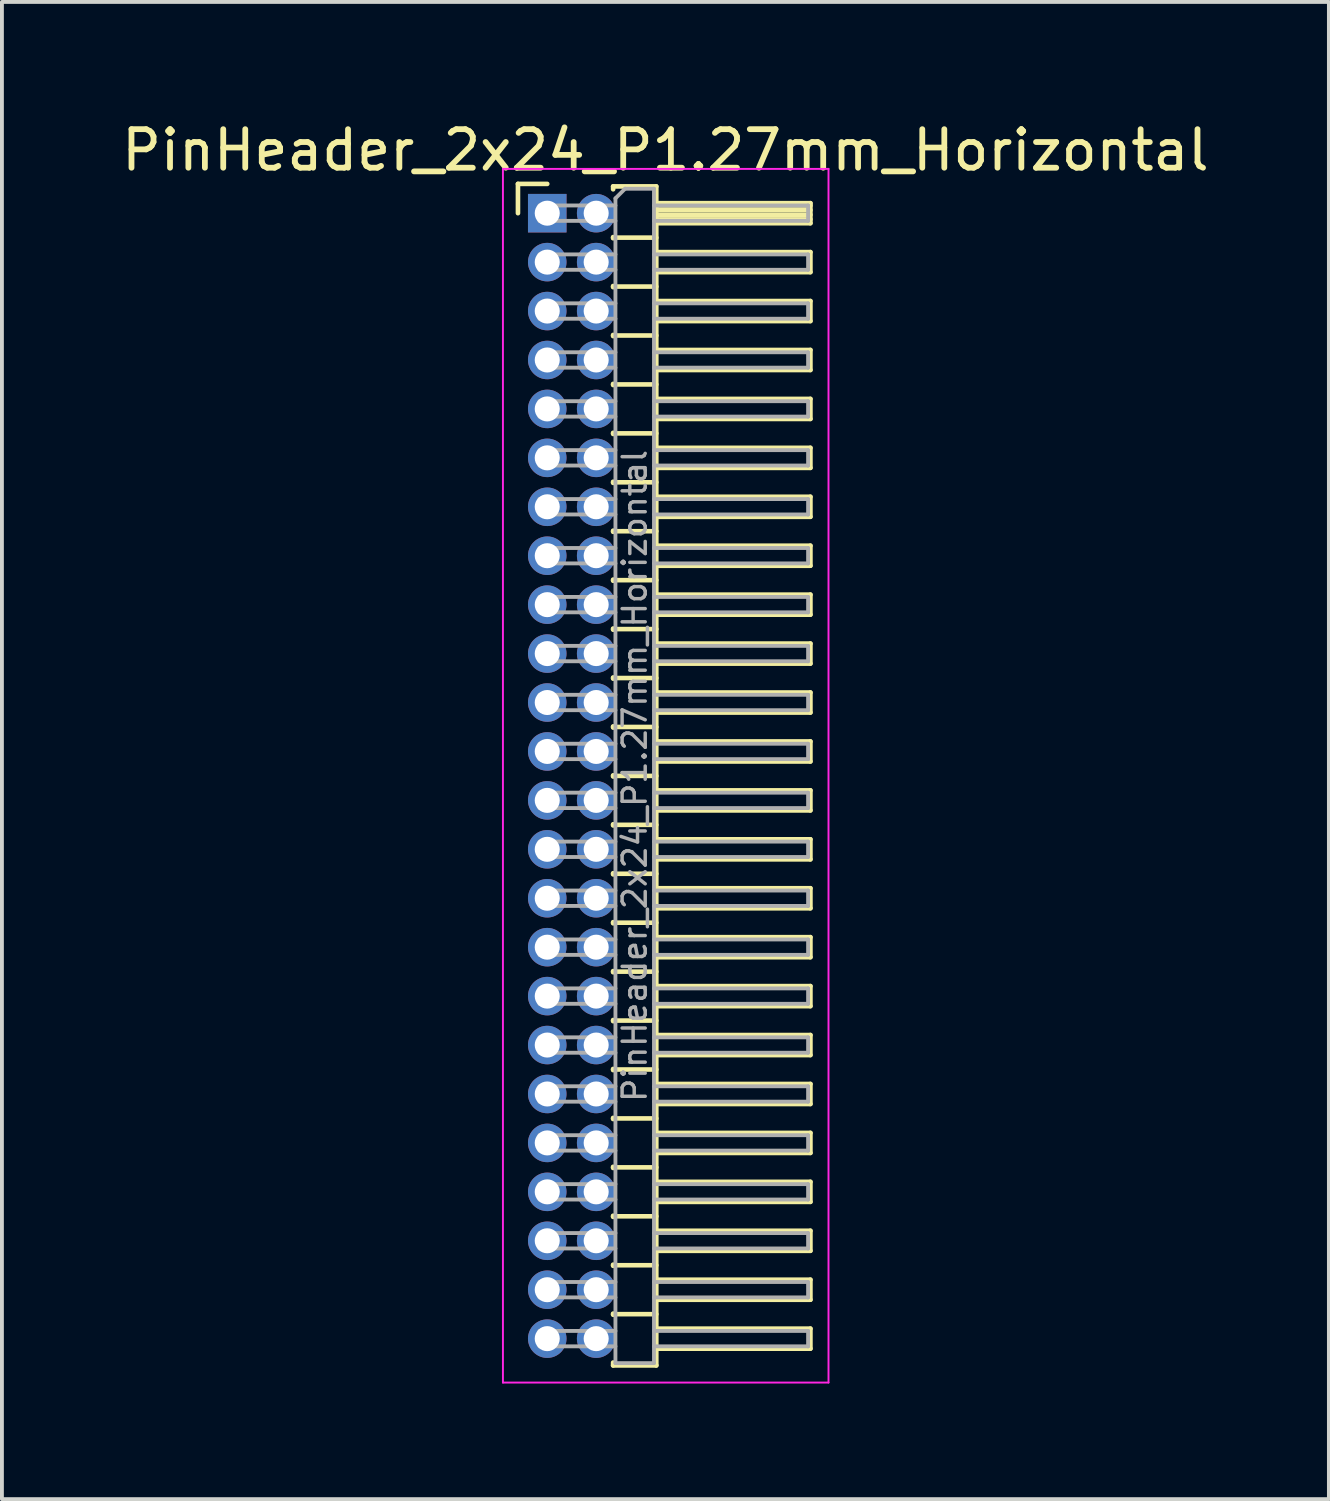
<source format=kicad_pcb>
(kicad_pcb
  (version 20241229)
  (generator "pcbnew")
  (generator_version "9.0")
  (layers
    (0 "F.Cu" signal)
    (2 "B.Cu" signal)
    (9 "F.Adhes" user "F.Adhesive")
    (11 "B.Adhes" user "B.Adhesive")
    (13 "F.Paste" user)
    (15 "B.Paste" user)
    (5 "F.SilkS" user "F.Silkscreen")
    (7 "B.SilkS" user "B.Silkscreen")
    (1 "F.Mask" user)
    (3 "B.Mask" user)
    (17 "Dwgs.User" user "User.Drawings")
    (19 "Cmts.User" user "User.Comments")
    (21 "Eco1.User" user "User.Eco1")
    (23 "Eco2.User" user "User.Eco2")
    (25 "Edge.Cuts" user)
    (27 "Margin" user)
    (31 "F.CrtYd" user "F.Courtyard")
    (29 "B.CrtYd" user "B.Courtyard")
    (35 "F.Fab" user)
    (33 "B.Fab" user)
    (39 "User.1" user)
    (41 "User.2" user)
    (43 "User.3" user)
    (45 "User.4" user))
  (footprint "PinHeader_2x24_P1.27mm_Horizontal"
    (layer "F.Cu")
    (at 11.153 2.483)
    (property "Reference" "PinHeader_2x24_P1.27mm_Horizontal" (at 3.067 -1.635 0) (layer "F.SilkS") (effects (font (size 1 1) (thickness 0.15))))
    (attr through_hole)
    (fp_line (start -0.76 -0.76) (end 0 -0.76) (stroke (width 0.12) (type solid)) (layer "F.SilkS"))
    (fp_line (start -0.76 0) (end -0.76 -0.76) (stroke (width 0.12) (type solid)) (layer "F.SilkS"))
    (fp_line (start 1.71 -0.695) (end 2.83 -0.695) (stroke (width 0.12) (type solid)) (layer "F.SilkS"))
    (fp_line (start 1.71 -0.62) (end 1.71 -0.695) (stroke (width 0.12) (type solid)) (layer "F.SilkS"))
    (fp_line (start 1.71 0.62) (end 1.71 0.65) (stroke (width 0.12) (type solid)) (layer "F.SilkS"))
    (fp_line (start 1.71 0.635) (end 2.83 0.635) (stroke (width 0.12) (type solid)) (layer "F.SilkS"))
    (fp_line (start 1.71 1.89) (end 1.71 1.92) (stroke (width 0.12) (type solid)) (layer "F.SilkS"))
    (fp_line (start 1.71 1.905) (end 2.83 1.905) (stroke (width 0.12) (type solid)) (layer "F.SilkS"))
    (fp_line (start 1.71 3.16) (end 1.71 3.19) (stroke (width 0.12) (type solid)) (layer "F.SilkS"))
    (fp_line (start 1.71 3.175) (end 2.83 3.175) (stroke (width 0.12) (type solid)) (layer "F.SilkS"))
    (fp_line (start 1.71 4.43) (end 1.71 4.46) (stroke (width 0.12) (type solid)) (layer "F.SilkS"))
    (fp_line (start 1.71 4.445) (end 2.83 4.445) (stroke (width 0.12) (type solid)) (layer "F.SilkS"))
    (fp_line (start 1.71 5.7) (end 1.71 5.73) (stroke (width 0.12) (type solid)) (layer "F.SilkS"))
    (fp_line (start 1.71 5.715) (end 2.83 5.715) (stroke (width 0.12) (type solid)) (layer "F.SilkS"))
    (fp_line (start 1.71 6.97) (end 1.71 7) (stroke (width 0.12) (type solid)) (layer "F.SilkS"))
    (fp_line (start 1.71 6.985) (end 2.83 6.985) (stroke (width 0.12) (type solid)) (layer "F.SilkS"))
    (fp_line (start 1.71 8.24) (end 1.71 8.27) (stroke (width 0.12) (type solid)) (layer "F.SilkS"))
    (fp_line (start 1.71 8.255) (end 2.83 8.255) (stroke (width 0.12) (type solid)) (layer "F.SilkS"))
    (fp_line (start 1.71 9.51) (end 1.71 9.54) (stroke (width 0.12) (type solid)) (layer "F.SilkS"))
    (fp_line (start 1.71 9.525) (end 2.83 9.525) (stroke (width 0.12) (type solid)) (layer "F.SilkS"))
    (fp_line (start 1.71 10.78) (end 1.71 10.81) (stroke (width 0.12) (type solid)) (layer "F.SilkS"))
    (fp_line (start 1.71 10.795) (end 2.83 10.795) (stroke (width 0.12) (type solid)) (layer "F.SilkS"))
    (fp_line (start 1.71 12.05) (end 1.71 12.08) (stroke (width 0.12) (type solid)) (layer "F.SilkS"))
    (fp_line (start 1.71 12.065) (end 2.83 12.065) (stroke (width 0.12) (type solid)) (layer "F.SilkS"))
    (fp_line (start 1.71 13.32) (end 1.71 13.35) (stroke (width 0.12) (type solid)) (layer "F.SilkS"))
    (fp_line (start 1.71 13.335) (end 2.83 13.335) (stroke (width 0.12) (type solid)) (layer "F.SilkS"))
    (fp_line (start 1.71 14.59) (end 1.71 14.62) (stroke (width 0.12) (type solid)) (layer "F.SilkS"))
    (fp_line (start 1.71 14.605) (end 2.83 14.605) (stroke (width 0.12) (type solid)) (layer "F.SilkS"))
    (fp_line (start 1.71 15.86) (end 1.71 15.89) (stroke (width 0.12) (type solid)) (layer "F.SilkS"))
    (fp_line (start 1.71 15.875) (end 2.83 15.875) (stroke (width 0.12) (type solid)) (layer "F.SilkS"))
    (fp_line (start 1.71 17.13) (end 1.71 17.16) (stroke (width 0.12) (type solid)) (layer "F.SilkS"))
    (fp_line (start 1.71 17.145) (end 2.83 17.145) (stroke (width 0.12) (type solid)) (layer "F.SilkS"))
    (fp_line (start 1.71 18.4) (end 1.71 18.43) (stroke (width 0.12) (type solid)) (layer "F.SilkS"))
    (fp_line (start 1.71 18.415) (end 2.83 18.415) (stroke (width 0.12) (type solid)) (layer "F.SilkS"))
    (fp_line (start 1.71 19.67) (end 1.71 19.7) (stroke (width 0.12) (type solid)) (layer "F.SilkS"))
    (fp_line (start 1.71 19.685) (end 2.83 19.685) (stroke (width 0.12) (type solid)) (layer "F.SilkS"))
    (fp_line (start 1.71 20.94) (end 1.71 20.97) (stroke (width 0.12) (type solid)) (layer "F.SilkS"))
    (fp_line (start 1.71 20.955) (end 2.83 20.955) (stroke (width 0.12) (type solid)) (layer "F.SilkS"))
    (fp_line (start 1.71 22.21) (end 1.71 22.24) (stroke (width 0.12) (type solid)) (layer "F.SilkS"))
    (fp_line (start 1.71 22.225) (end 2.83 22.225) (stroke (width 0.12) (type solid)) (layer "F.SilkS"))
    (fp_line (start 1.71 23.48) (end 1.71 23.51) (stroke (width 0.12) (type solid)) (layer "F.SilkS"))
    (fp_line (start 1.71 23.495) (end 2.83 23.495) (stroke (width 0.12) (type solid)) (layer "F.SilkS"))
    (fp_line (start 1.71 24.75) (end 1.71 24.78) (stroke (width 0.12) (type solid)) (layer "F.SilkS"))
    (fp_line (start 1.71 24.765) (end 2.83 24.765) (stroke (width 0.12) (type solid)) (layer "F.SilkS"))
    (fp_line (start 1.71 26.02) (end 1.71 26.05) (stroke (width 0.12) (type solid)) (layer "F.SilkS"))
    (fp_line (start 1.71 26.035) (end 2.83 26.035) (stroke (width 0.12) (type solid)) (layer "F.SilkS"))
    (fp_line (start 1.71 27.29) (end 1.71 27.32) (stroke (width 0.12) (type solid)) (layer "F.SilkS"))
    (fp_line (start 1.71 27.305) (end 2.83 27.305) (stroke (width 0.12) (type solid)) (layer "F.SilkS"))
    (fp_line (start 1.71 28.56) (end 1.71 28.59) (stroke (width 0.12) (type solid)) (layer "F.SilkS"))
    (fp_line (start 1.71 28.575) (end 2.83 28.575) (stroke (width 0.12) (type solid)) (layer "F.SilkS"))
    (fp_line (start 1.71 29.905) (end 1.71 29.83) (stroke (width 0.12) (type solid)) (layer "F.SilkS"))
    (fp_line (start 2.83 -0.695) (end 2.83 29.905) (stroke (width 0.12) (type solid)) (layer "F.SilkS"))
    (fp_line (start 2.83 -0.26) (end 6.83 -0.26) (stroke (width 0.12) (type solid)) (layer "F.SilkS"))
    (fp_line (start 2.83 -0.2) (end 6.83 -0.2) (stroke (width 0.12) (type solid)) (layer "F.SilkS"))
    (fp_line (start 2.83 -0.08) (end 6.83 -0.08) (stroke (width 0.12) (type solid)) (layer "F.SilkS"))
    (fp_line (start 2.83 0.04) (end 6.83 0.04) (stroke (width 0.12) (type solid)) (layer "F.SilkS"))
    (fp_line (start 2.83 0.16) (end 6.83 0.16) (stroke (width 0.12) (type solid)) (layer "F.SilkS"))
    (fp_line (start 2.83 1.01) (end 6.83 1.01) (stroke (width 0.12) (type solid)) (layer "F.SilkS"))
    (fp_line (start 2.83 2.28) (end 6.83 2.28) (stroke (width 0.12) (type solid)) (layer "F.SilkS"))
    (fp_line (start 2.83 3.55) (end 6.83 3.55) (stroke (width 0.12) (type solid)) (layer "F.SilkS"))
    (fp_line (start 2.83 4.82) (end 6.83 4.82) (stroke (width 0.12) (type solid)) (layer "F.SilkS"))
    (fp_line (start 2.83 6.09) (end 6.83 6.09) (stroke (width 0.12) (type solid)) (layer "F.SilkS"))
    (fp_line (start 2.83 7.36) (end 6.83 7.36) (stroke (width 0.12) (type solid)) (layer "F.SilkS"))
    (fp_line (start 2.83 8.63) (end 6.83 8.63) (stroke (width 0.12) (type solid)) (layer "F.SilkS"))
    (fp_line (start 2.83 9.9) (end 6.83 9.9) (stroke (width 0.12) (type solid)) (layer "F.SilkS"))
    (fp_line (start 2.83 11.17) (end 6.83 11.17) (stroke (width 0.12) (type solid)) (layer "F.SilkS"))
    (fp_line (start 2.83 12.44) (end 6.83 12.44) (stroke (width 0.12) (type solid)) (layer "F.SilkS"))
    (fp_line (start 2.83 13.71) (end 6.83 13.71) (stroke (width 0.12) (type solid)) (layer "F.SilkS"))
    (fp_line (start 2.83 14.98) (end 6.83 14.98) (stroke (width 0.12) (type solid)) (layer "F.SilkS"))
    (fp_line (start 2.83 16.25) (end 6.83 16.25) (stroke (width 0.12) (type solid)) (layer "F.SilkS"))
    (fp_line (start 2.83 17.52) (end 6.83 17.52) (stroke (width 0.12) (type solid)) (layer "F.SilkS"))
    (fp_line (start 2.83 18.79) (end 6.83 18.79) (stroke (width 0.12) (type solid)) (layer "F.SilkS"))
    (fp_line (start 2.83 20.06) (end 6.83 20.06) (stroke (width 0.12) (type solid)) (layer "F.SilkS"))
    (fp_line (start 2.83 21.33) (end 6.83 21.33) (stroke (width 0.12) (type solid)) (layer "F.SilkS"))
    (fp_line (start 2.83 22.6) (end 6.83 22.6) (stroke (width 0.12) (type solid)) (layer "F.SilkS"))
    (fp_line (start 2.83 23.87) (end 6.83 23.87) (stroke (width 0.12) (type solid)) (layer "F.SilkS"))
    (fp_line (start 2.83 25.14) (end 6.83 25.14) (stroke (width 0.12) (type solid)) (layer "F.SilkS"))
    (fp_line (start 2.83 26.41) (end 6.83 26.41) (stroke (width 0.12) (type solid)) (layer "F.SilkS"))
    (fp_line (start 2.83 27.68) (end 6.83 27.68) (stroke (width 0.12) (type solid)) (layer "F.SilkS"))
    (fp_line (start 2.83 28.95) (end 6.83 28.95) (stroke (width 0.12) (type solid)) (layer "F.SilkS"))
    (fp_line (start 2.83 29.905) (end 1.71 29.905) (stroke (width 0.12) (type solid)) (layer "F.SilkS"))
    (fp_line (start 6.83 -0.26) (end 6.83 0.26) (stroke (width 0.12) (type solid)) (layer "F.SilkS"))
    (fp_line (start 6.83 0.26) (end 2.83 0.26) (stroke (width 0.12) (type solid)) (layer "F.SilkS"))
    (fp_line (start 6.83 1.01) (end 6.83 1.53) (stroke (width 0.12) (type solid)) (layer "F.SilkS"))
    (fp_line (start 6.83 1.53) (end 2.83 1.53) (stroke (width 0.12) (type solid)) (layer "F.SilkS"))
    (fp_line (start 6.83 2.28) (end 6.83 2.8) (stroke (width 0.12) (type solid)) (layer "F.SilkS"))
    (fp_line (start 6.83 2.8) (end 2.83 2.8) (stroke (width 0.12) (type solid)) (layer "F.SilkS"))
    (fp_line (start 6.83 3.55) (end 6.83 4.07) (stroke (width 0.12) (type solid)) (layer "F.SilkS"))
    (fp_line (start 6.83 4.07) (end 2.83 4.07) (stroke (width 0.12) (type solid)) (layer "F.SilkS"))
    (fp_line (start 6.83 4.82) (end 6.83 5.34) (stroke (width 0.12) (type solid)) (layer "F.SilkS"))
    (fp_line (start 6.83 5.34) (end 2.83 5.34) (stroke (width 0.12) (type solid)) (layer "F.SilkS"))
    (fp_line (start 6.83 6.09) (end 6.83 6.61) (stroke (width 0.12) (type solid)) (layer "F.SilkS"))
    (fp_line (start 6.83 6.61) (end 2.83 6.61) (stroke (width 0.12) (type solid)) (layer "F.SilkS"))
    (fp_line (start 6.83 7.36) (end 6.83 7.88) (stroke (width 0.12) (type solid)) (layer "F.SilkS"))
    (fp_line (start 6.83 7.88) (end 2.83 7.88) (stroke (width 0.12) (type solid)) (layer "F.SilkS"))
    (fp_line (start 6.83 8.63) (end 6.83 9.15) (stroke (width 0.12) (type solid)) (layer "F.SilkS"))
    (fp_line (start 6.83 9.15) (end 2.83 9.15) (stroke (width 0.12) (type solid)) (layer "F.SilkS"))
    (fp_line (start 6.83 9.9) (end 6.83 10.42) (stroke (width 0.12) (type solid)) (layer "F.SilkS"))
    (fp_line (start 6.83 10.42) (end 2.83 10.42) (stroke (width 0.12) (type solid)) (layer "F.SilkS"))
    (fp_line (start 6.83 11.17) (end 6.83 11.69) (stroke (width 0.12) (type solid)) (layer "F.SilkS"))
    (fp_line (start 6.83 11.69) (end 2.83 11.69) (stroke (width 0.12) (type solid)) (layer "F.SilkS"))
    (fp_line (start 6.83 12.44) (end 6.83 12.96) (stroke (width 0.12) (type solid)) (layer "F.SilkS"))
    (fp_line (start 6.83 12.96) (end 2.83 12.96) (stroke (width 0.12) (type solid)) (layer "F.SilkS"))
    (fp_line (start 6.83 13.71) (end 6.83 14.23) (stroke (width 0.12) (type solid)) (layer "F.SilkS"))
    (fp_line (start 6.83 14.23) (end 2.83 14.23) (stroke (width 0.12) (type solid)) (layer "F.SilkS"))
    (fp_line (start 6.83 14.98) (end 6.83 15.5) (stroke (width 0.12) (type solid)) (layer "F.SilkS"))
    (fp_line (start 6.83 15.5) (end 2.83 15.5) (stroke (width 0.12) (type solid)) (layer "F.SilkS"))
    (fp_line (start 6.83 16.25) (end 6.83 16.77) (stroke (width 0.12) (type solid)) (layer "F.SilkS"))
    (fp_line (start 6.83 16.77) (end 2.83 16.77) (stroke (width 0.12) (type solid)) (layer "F.SilkS"))
    (fp_line (start 6.83 17.52) (end 6.83 18.04) (stroke (width 0.12) (type solid)) (layer "F.SilkS"))
    (fp_line (start 6.83 18.04) (end 2.83 18.04) (stroke (width 0.12) (type solid)) (layer "F.SilkS"))
    (fp_line (start 6.83 18.79) (end 6.83 19.31) (stroke (width 0.12) (type solid)) (layer "F.SilkS"))
    (fp_line (start 6.83 19.31) (end 2.83 19.31) (stroke (width 0.12) (type solid)) (layer "F.SilkS"))
    (fp_line (start 6.83 20.06) (end 6.83 20.58) (stroke (width 0.12) (type solid)) (layer "F.SilkS"))
    (fp_line (start 6.83 20.58) (end 2.83 20.58) (stroke (width 0.12) (type solid)) (layer "F.SilkS"))
    (fp_line (start 6.83 21.33) (end 6.83 21.85) (stroke (width 0.12) (type solid)) (layer "F.SilkS"))
    (fp_line (start 6.83 21.85) (end 2.83 21.85) (stroke (width 0.12) (type solid)) (layer "F.SilkS"))
    (fp_line (start 6.83 22.6) (end 6.83 23.12) (stroke (width 0.12) (type solid)) (layer "F.SilkS"))
    (fp_line (start 6.83 23.12) (end 2.83 23.12) (stroke (width 0.12) (type solid)) (layer "F.SilkS"))
    (fp_line (start 6.83 23.87) (end 6.83 24.39) (stroke (width 0.12) (type solid)) (layer "F.SilkS"))
    (fp_line (start 6.83 24.39) (end 2.83 24.39) (stroke (width 0.12) (type solid)) (layer "F.SilkS"))
    (fp_line (start 6.83 25.14) (end 6.83 25.66) (stroke (width 0.12) (type solid)) (layer "F.SilkS"))
    (fp_line (start 6.83 25.66) (end 2.83 25.66) (stroke (width 0.12) (type solid)) (layer "F.SilkS"))
    (fp_line (start 6.83 26.41) (end 6.83 26.93) (stroke (width 0.12) (type solid)) (layer "F.SilkS"))
    (fp_line (start 6.83 26.93) (end 2.83 26.93) (stroke (width 0.12) (type solid)) (layer "F.SilkS"))
    (fp_line (start 6.83 27.68) (end 6.83 28.2) (stroke (width 0.12) (type solid)) (layer "F.SilkS"))
    (fp_line (start 6.83 28.2) (end 2.83 28.2) (stroke (width 0.12) (type solid)) (layer "F.SilkS"))
    (fp_line (start 6.83 28.95) (end 6.83 29.47) (stroke (width 0.12) (type solid)) (layer "F.SilkS"))
    (fp_line (start 6.83 29.47) (end 2.83 29.47) (stroke (width 0.12) (type solid)) (layer "F.SilkS"))
    (fp_line (start -1.15 -1.15) (end -1.15 30.35) (stroke (width 0.05) (type solid)) (layer "F.CrtYd"))
    (fp_line (start -1.15 30.35) (end 7.3 30.35) (stroke (width 0.05) (type solid)) (layer "F.CrtYd"))
    (fp_line (start 7.3 -1.15) (end -1.15 -1.15) (stroke (width 0.05) (type solid)) (layer "F.CrtYd"))
    (fp_line (start 7.3 30.35) (end 7.3 -1.15) (stroke (width 0.05) (type solid)) (layer "F.CrtYd"))
    (fp_line (start -0.2 -0.2) (end -0.2 0.2) (stroke (width 0.1) (type solid)) (layer "F.Fab"))
    (fp_line (start -0.2 -0.2) (end 1.77 -0.2) (stroke (width 0.1) (type solid)) (layer "F.Fab"))
    (fp_line (start -0.2 0.2) (end 1.77 0.2) (stroke (width 0.1) (type solid)) (layer "F.Fab"))
    (fp_line (start -0.2 1.07) (end -0.2 1.47) (stroke (width 0.1) (type solid)) (layer "F.Fab"))
    (fp_line (start -0.2 1.07) (end 1.77 1.07) (stroke (width 0.1) (type solid)) (layer "F.Fab"))
    (fp_line (start -0.2 1.47) (end 1.77 1.47) (stroke (width 0.1) (type solid)) (layer "F.Fab"))
    (fp_line (start -0.2 2.34) (end -0.2 2.74) (stroke (width 0.1) (type solid)) (layer "F.Fab"))
    (fp_line (start -0.2 2.34) (end 1.77 2.34) (stroke (width 0.1) (type solid)) (layer "F.Fab"))
    (fp_line (start -0.2 2.74) (end 1.77 2.74) (stroke (width 0.1) (type solid)) (layer "F.Fab"))
    (fp_line (start -0.2 3.61) (end -0.2 4.01) (stroke (width 0.1) (type solid)) (layer "F.Fab"))
    (fp_line (start -0.2 3.61) (end 1.77 3.61) (stroke (width 0.1) (type solid)) (layer "F.Fab"))
    (fp_line (start -0.2 4.01) (end 1.77 4.01) (stroke (width 0.1) (type solid)) (layer "F.Fab"))
    (fp_line (start -0.2 4.88) (end -0.2 5.28) (stroke (width 0.1) (type solid)) (layer "F.Fab"))
    (fp_line (start -0.2 4.88) (end 1.77 4.88) (stroke (width 0.1) (type solid)) (layer "F.Fab"))
    (fp_line (start -0.2 5.28) (end 1.77 5.28) (stroke (width 0.1) (type solid)) (layer "F.Fab"))
    (fp_line (start -0.2 6.15) (end -0.2 6.55) (stroke (width 0.1) (type solid)) (layer "F.Fab"))
    (fp_line (start -0.2 6.15) (end 1.77 6.15) (stroke (width 0.1) (type solid)) (layer "F.Fab"))
    (fp_line (start -0.2 6.55) (end 1.77 6.55) (stroke (width 0.1) (type solid)) (layer "F.Fab"))
    (fp_line (start -0.2 7.42) (end -0.2 7.82) (stroke (width 0.1) (type solid)) (layer "F.Fab"))
    (fp_line (start -0.2 7.42) (end 1.77 7.42) (stroke (width 0.1) (type solid)) (layer "F.Fab"))
    (fp_line (start -0.2 7.82) (end 1.77 7.82) (stroke (width 0.1) (type solid)) (layer "F.Fab"))
    (fp_line (start -0.2 8.69) (end -0.2 9.09) (stroke (width 0.1) (type solid)) (layer "F.Fab"))
    (fp_line (start -0.2 8.69) (end 1.77 8.69) (stroke (width 0.1) (type solid)) (layer "F.Fab"))
    (fp_line (start -0.2 9.09) (end 1.77 9.09) (stroke (width 0.1) (type solid)) (layer "F.Fab"))
    (fp_line (start -0.2 9.96) (end -0.2 10.36) (stroke (width 0.1) (type solid)) (layer "F.Fab"))
    (fp_line (start -0.2 9.96) (end 1.77 9.96) (stroke (width 0.1) (type solid)) (layer "F.Fab"))
    (fp_line (start -0.2 10.36) (end 1.77 10.36) (stroke (width 0.1) (type solid)) (layer "F.Fab"))
    (fp_line (start -0.2 11.23) (end -0.2 11.63) (stroke (width 0.1) (type solid)) (layer "F.Fab"))
    (fp_line (start -0.2 11.23) (end 1.77 11.23) (stroke (width 0.1) (type solid)) (layer "F.Fab"))
    (fp_line (start -0.2 11.63) (end 1.77 11.63) (stroke (width 0.1) (type solid)) (layer "F.Fab"))
    (fp_line (start -0.2 12.5) (end -0.2 12.9) (stroke (width 0.1) (type solid)) (layer "F.Fab"))
    (fp_line (start -0.2 12.5) (end 1.77 12.5) (stroke (width 0.1) (type solid)) (layer "F.Fab"))
    (fp_line (start -0.2 12.9) (end 1.77 12.9) (stroke (width 0.1) (type solid)) (layer "F.Fab"))
    (fp_line (start -0.2 13.77) (end -0.2 14.17) (stroke (width 0.1) (type solid)) (layer "F.Fab"))
    (fp_line (start -0.2 13.77) (end 1.77 13.77) (stroke (width 0.1) (type solid)) (layer "F.Fab"))
    (fp_line (start -0.2 14.17) (end 1.77 14.17) (stroke (width 0.1) (type solid)) (layer "F.Fab"))
    (fp_line (start -0.2 15.04) (end -0.2 15.44) (stroke (width 0.1) (type solid)) (layer "F.Fab"))
    (fp_line (start -0.2 15.04) (end 1.77 15.04) (stroke (width 0.1) (type solid)) (layer "F.Fab"))
    (fp_line (start -0.2 15.44) (end 1.77 15.44) (stroke (width 0.1) (type solid)) (layer "F.Fab"))
    (fp_line (start -0.2 16.31) (end -0.2 16.71) (stroke (width 0.1) (type solid)) (layer "F.Fab"))
    (fp_line (start -0.2 16.31) (end 1.77 16.31) (stroke (width 0.1) (type solid)) (layer "F.Fab"))
    (fp_line (start -0.2 16.71) (end 1.77 16.71) (stroke (width 0.1) (type solid)) (layer "F.Fab"))
    (fp_line (start -0.2 17.58) (end -0.2 17.98) (stroke (width 0.1) (type solid)) (layer "F.Fab"))
    (fp_line (start -0.2 17.58) (end 1.77 17.58) (stroke (width 0.1) (type solid)) (layer "F.Fab"))
    (fp_line (start -0.2 17.98) (end 1.77 17.98) (stroke (width 0.1) (type solid)) (layer "F.Fab"))
    (fp_line (start -0.2 18.85) (end -0.2 19.25) (stroke (width 0.1) (type solid)) (layer "F.Fab"))
    (fp_line (start -0.2 18.85) (end 1.77 18.85) (stroke (width 0.1) (type solid)) (layer "F.Fab"))
    (fp_line (start -0.2 19.25) (end 1.77 19.25) (stroke (width 0.1) (type solid)) (layer "F.Fab"))
    (fp_line (start -0.2 20.12) (end -0.2 20.52) (stroke (width 0.1) (type solid)) (layer "F.Fab"))
    (fp_line (start -0.2 20.12) (end 1.77 20.12) (stroke (width 0.1) (type solid)) (layer "F.Fab"))
    (fp_line (start -0.2 20.52) (end 1.77 20.52) (stroke (width 0.1) (type solid)) (layer "F.Fab"))
    (fp_line (start -0.2 21.39) (end -0.2 21.79) (stroke (width 0.1) (type solid)) (layer "F.Fab"))
    (fp_line (start -0.2 21.39) (end 1.77 21.39) (stroke (width 0.1) (type solid)) (layer "F.Fab"))
    (fp_line (start -0.2 21.79) (end 1.77 21.79) (stroke (width 0.1) (type solid)) (layer "F.Fab"))
    (fp_line (start -0.2 22.66) (end -0.2 23.06) (stroke (width 0.1) (type solid)) (layer "F.Fab"))
    (fp_line (start -0.2 22.66) (end 1.77 22.66) (stroke (width 0.1) (type solid)) (layer "F.Fab"))
    (fp_line (start -0.2 23.06) (end 1.77 23.06) (stroke (width 0.1) (type solid)) (layer "F.Fab"))
    (fp_line (start -0.2 23.93) (end -0.2 24.33) (stroke (width 0.1) (type solid)) (layer "F.Fab"))
    (fp_line (start -0.2 23.93) (end 1.77 23.93) (stroke (width 0.1) (type solid)) (layer "F.Fab"))
    (fp_line (start -0.2 24.33) (end 1.77 24.33) (stroke (width 0.1) (type solid)) (layer "F.Fab"))
    (fp_line (start -0.2 25.2) (end -0.2 25.6) (stroke (width 0.1) (type solid)) (layer "F.Fab"))
    (fp_line (start -0.2 25.2) (end 1.77 25.2) (stroke (width 0.1) (type solid)) (layer "F.Fab"))
    (fp_line (start -0.2 25.6) (end 1.77 25.6) (stroke (width 0.1) (type solid)) (layer "F.Fab"))
    (fp_line (start -0.2 26.47) (end -0.2 26.87) (stroke (width 0.1) (type solid)) (layer "F.Fab"))
    (fp_line (start -0.2 26.47) (end 1.77 26.47) (stroke (width 0.1) (type solid)) (layer "F.Fab"))
    (fp_line (start -0.2 26.87) (end 1.77 26.87) (stroke (width 0.1) (type solid)) (layer "F.Fab"))
    (fp_line (start -0.2 27.74) (end -0.2 28.14) (stroke (width 0.1) (type solid)) (layer "F.Fab"))
    (fp_line (start -0.2 27.74) (end 1.77 27.74) (stroke (width 0.1) (type solid)) (layer "F.Fab"))
    (fp_line (start -0.2 28.14) (end 1.77 28.14) (stroke (width 0.1) (type solid)) (layer "F.Fab"))
    (fp_line (start -0.2 29.01) (end -0.2 29.41) (stroke (width 0.1) (type solid)) (layer "F.Fab"))
    (fp_line (start -0.2 29.01) (end 1.77 29.01) (stroke (width 0.1) (type solid)) (layer "F.Fab"))
    (fp_line (start -0.2 29.41) (end 1.77 29.41) (stroke (width 0.1) (type solid)) (layer "F.Fab"))
    (fp_line (start 1.77 -0.385) (end 2.02 -0.635) (stroke (width 0.1) (type solid)) (layer "F.Fab"))
    (fp_line (start 1.77 29.845) (end 1.77 -0.385) (stroke (width 0.1) (type solid)) (layer "F.Fab"))
    (fp_line (start 2.02 -0.635) (end 2.77 -0.635) (stroke (width 0.1) (type solid)) (layer "F.Fab"))
    (fp_line (start 2.77 -0.635) (end 2.77 29.845) (stroke (width 0.1) (type solid)) (layer "F.Fab"))
    (fp_line (start 2.77 -0.2) (end 6.77 -0.2) (stroke (width 0.1) (type solid)) (layer "F.Fab"))
    (fp_line (start 2.77 0.2) (end 6.77 0.2) (stroke (width 0.1) (type solid)) (layer "F.Fab"))
    (fp_line (start 2.77 1.07) (end 6.77 1.07) (stroke (width 0.1) (type solid)) (layer "F.Fab"))
    (fp_line (start 2.77 1.47) (end 6.77 1.47) (stroke (width 0.1) (type solid)) (layer "F.Fab"))
    (fp_line (start 2.77 2.34) (end 6.77 2.34) (stroke (width 0.1) (type solid)) (layer "F.Fab"))
    (fp_line (start 2.77 2.74) (end 6.77 2.74) (stroke (width 0.1) (type solid)) (layer "F.Fab"))
    (fp_line (start 2.77 3.61) (end 6.77 3.61) (stroke (width 0.1) (type solid)) (layer "F.Fab"))
    (fp_line (start 2.77 4.01) (end 6.77 4.01) (stroke (width 0.1) (type solid)) (layer "F.Fab"))
    (fp_line (start 2.77 4.88) (end 6.77 4.88) (stroke (width 0.1) (type solid)) (layer "F.Fab"))
    (fp_line (start 2.77 5.28) (end 6.77 5.28) (stroke (width 0.1) (type solid)) (layer "F.Fab"))
    (fp_line (start 2.77 6.15) (end 6.77 6.15) (stroke (width 0.1) (type solid)) (layer "F.Fab"))
    (fp_line (start 2.77 6.55) (end 6.77 6.55) (stroke (width 0.1) (type solid)) (layer "F.Fab"))
    (fp_line (start 2.77 7.42) (end 6.77 7.42) (stroke (width 0.1) (type solid)) (layer "F.Fab"))
    (fp_line (start 2.77 7.82) (end 6.77 7.82) (stroke (width 0.1) (type solid)) (layer "F.Fab"))
    (fp_line (start 2.77 8.69) (end 6.77 8.69) (stroke (width 0.1) (type solid)) (layer "F.Fab"))
    (fp_line (start 2.77 9.09) (end 6.77 9.09) (stroke (width 0.1) (type solid)) (layer "F.Fab"))
    (fp_line (start 2.77 9.96) (end 6.77 9.96) (stroke (width 0.1) (type solid)) (layer "F.Fab"))
    (fp_line (start 2.77 10.36) (end 6.77 10.36) (stroke (width 0.1) (type solid)) (layer "F.Fab"))
    (fp_line (start 2.77 11.23) (end 6.77 11.23) (stroke (width 0.1) (type solid)) (layer "F.Fab"))
    (fp_line (start 2.77 11.63) (end 6.77 11.63) (stroke (width 0.1) (type solid)) (layer "F.Fab"))
    (fp_line (start 2.77 12.5) (end 6.77 12.5) (stroke (width 0.1) (type solid)) (layer "F.Fab"))
    (fp_line (start 2.77 12.9) (end 6.77 12.9) (stroke (width 0.1) (type solid)) (layer "F.Fab"))
    (fp_line (start 2.77 13.77) (end 6.77 13.77) (stroke (width 0.1) (type solid)) (layer "F.Fab"))
    (fp_line (start 2.77 14.17) (end 6.77 14.17) (stroke (width 0.1) (type solid)) (layer "F.Fab"))
    (fp_line (start 2.77 15.04) (end 6.77 15.04) (stroke (width 0.1) (type solid)) (layer "F.Fab"))
    (fp_line (start 2.77 15.44) (end 6.77 15.44) (stroke (width 0.1) (type solid)) (layer "F.Fab"))
    (fp_line (start 2.77 16.31) (end 6.77 16.31) (stroke (width 0.1) (type solid)) (layer "F.Fab"))
    (fp_line (start 2.77 16.71) (end 6.77 16.71) (stroke (width 0.1) (type solid)) (layer "F.Fab"))
    (fp_line (start 2.77 17.58) (end 6.77 17.58) (stroke (width 0.1) (type solid)) (layer "F.Fab"))
    (fp_line (start 2.77 17.98) (end 6.77 17.98) (stroke (width 0.1) (type solid)) (layer "F.Fab"))
    (fp_line (start 2.77 18.85) (end 6.77 18.85) (stroke (width 0.1) (type solid)) (layer "F.Fab"))
    (fp_line (start 2.77 19.25) (end 6.77 19.25) (stroke (width 0.1) (type solid)) (layer "F.Fab"))
    (fp_line (start 2.77 20.12) (end 6.77 20.12) (stroke (width 0.1) (type solid)) (layer "F.Fab"))
    (fp_line (start 2.77 20.52) (end 6.77 20.52) (stroke (width 0.1) (type solid)) (layer "F.Fab"))
    (fp_line (start 2.77 21.39) (end 6.77 21.39) (stroke (width 0.1) (type solid)) (layer "F.Fab"))
    (fp_line (start 2.77 21.79) (end 6.77 21.79) (stroke (width 0.1) (type solid)) (layer "F.Fab"))
    (fp_line (start 2.77 22.66) (end 6.77 22.66) (stroke (width 0.1) (type solid)) (layer "F.Fab"))
    (fp_line (start 2.77 23.06) (end 6.77 23.06) (stroke (width 0.1) (type solid)) (layer "F.Fab"))
    (fp_line (start 2.77 23.93) (end 6.77 23.93) (stroke (width 0.1) (type solid)) (layer "F.Fab"))
    (fp_line (start 2.77 24.33) (end 6.77 24.33) (stroke (width 0.1) (type solid)) (layer "F.Fab"))
    (fp_line (start 2.77 25.2) (end 6.77 25.2) (stroke (width 0.1) (type solid)) (layer "F.Fab"))
    (fp_line (start 2.77 25.6) (end 6.77 25.6) (stroke (width 0.1) (type solid)) (layer "F.Fab"))
    (fp_line (start 2.77 26.47) (end 6.77 26.47) (stroke (width 0.1) (type solid)) (layer "F.Fab"))
    (fp_line (start 2.77 26.87) (end 6.77 26.87) (stroke (width 0.1) (type solid)) (layer "F.Fab"))
    (fp_line (start 2.77 27.74) (end 6.77 27.74) (stroke (width 0.1) (type solid)) (layer "F.Fab"))
    (fp_line (start 2.77 28.14) (end 6.77 28.14) (stroke (width 0.1) (type solid)) (layer "F.Fab"))
    (fp_line (start 2.77 29.01) (end 6.77 29.01) (stroke (width 0.1) (type solid)) (layer "F.Fab"))
    (fp_line (start 2.77 29.41) (end 6.77 29.41) (stroke (width 0.1) (type solid)) (layer "F.Fab"))
    (fp_line (start 2.77 29.845) (end 1.77 29.845) (stroke (width 0.1) (type solid)) (layer "F.Fab"))
    (fp_line (start 6.77 -0.2) (end 6.77 0.2) (stroke (width 0.1) (type solid)) (layer "F.Fab"))
    (fp_line (start 6.77 1.07) (end 6.77 1.47) (stroke (width 0.1) (type solid)) (layer "F.Fab"))
    (fp_line (start 6.77 2.34) (end 6.77 2.74) (stroke (width 0.1) (type solid)) (layer "F.Fab"))
    (fp_line (start 6.77 3.61) (end 6.77 4.01) (stroke (width 0.1) (type solid)) (layer "F.Fab"))
    (fp_line (start 6.77 4.88) (end 6.77 5.28) (stroke (width 0.1) (type solid)) (layer "F.Fab"))
    (fp_line (start 6.77 6.15) (end 6.77 6.55) (stroke (width 0.1) (type solid)) (layer "F.Fab"))
    (fp_line (start 6.77 7.42) (end 6.77 7.82) (stroke (width 0.1) (type solid)) (layer "F.Fab"))
    (fp_line (start 6.77 8.69) (end 6.77 9.09) (stroke (width 0.1) (type solid)) (layer "F.Fab"))
    (fp_line (start 6.77 9.96) (end 6.77 10.36) (stroke (width 0.1) (type solid)) (layer "F.Fab"))
    (fp_line (start 6.77 11.23) (end 6.77 11.63) (stroke (width 0.1) (type solid)) (layer "F.Fab"))
    (fp_line (start 6.77 12.5) (end 6.77 12.9) (stroke (width 0.1) (type solid)) (layer "F.Fab"))
    (fp_line (start 6.77 13.77) (end 6.77 14.17) (stroke (width 0.1) (type solid)) (layer "F.Fab"))
    (fp_line (start 6.77 15.04) (end 6.77 15.44) (stroke (width 0.1) (type solid)) (layer "F.Fab"))
    (fp_line (start 6.77 16.31) (end 6.77 16.71) (stroke (width 0.1) (type solid)) (layer "F.Fab"))
    (fp_line (start 6.77 17.58) (end 6.77 17.98) (stroke (width 0.1) (type solid)) (layer "F.Fab"))
    (fp_line (start 6.77 18.85) (end 6.77 19.25) (stroke (width 0.1) (type solid)) (layer "F.Fab"))
    (fp_line (start 6.77 20.12) (end 6.77 20.52) (stroke (width 0.1) (type solid)) (layer "F.Fab"))
    (fp_line (start 6.77 21.39) (end 6.77 21.79) (stroke (width 0.1) (type solid)) (layer "F.Fab"))
    (fp_line (start 6.77 22.66) (end 6.77 23.06) (stroke (width 0.1) (type solid)) (layer "F.Fab"))
    (fp_line (start 6.77 23.93) (end 6.77 24.33) (stroke (width 0.1) (type solid)) (layer "F.Fab"))
    (fp_line (start 6.77 25.2) (end 6.77 25.6) (stroke (width 0.1) (type solid)) (layer "F.Fab"))
    (fp_line (start 6.77 26.47) (end 6.77 26.87) (stroke (width 0.1) (type solid)) (layer "F.Fab"))
    (fp_line (start 6.77 27.74) (end 6.77 28.14) (stroke (width 0.1) (type solid)) (layer "F.Fab"))
    (fp_line (start 6.77 29.01) (end 6.77 29.41) (stroke (width 0.1) (type solid)) (layer "F.Fab"))
    (fp_text user "${REFERENCE}" (at 2.27 14.605 90) (layer "F.Fab") (effects (font (size 0.6 0.6) (thickness 0.09))))
    (pad "1" thru_hole rect (at 0 0) (size 1 1) (drill 0.65) (layers "*.Cu" "*.Mask"))
    (pad "2" thru_hole oval (at 1.27 0) (size 1 1) (drill 0.65) (layers "*.Cu" "*.Mask"))
    (pad "3" thru_hole oval (at 0 1.27) (size 1 1) (drill 0.65) (layers "*.Cu" "*.Mask"))
    (pad "4" thru_hole oval (at 1.27 1.27) (size 1 1) (drill 0.65) (layers "*.Cu" "*.Mask"))
    (pad "5" thru_hole oval (at 0 2.54) (size 1 1) (drill 0.65) (layers "*.Cu" "*.Mask"))
    (pad "6" thru_hole oval (at 1.27 2.54) (size 1 1) (drill 0.65) (layers "*.Cu" "*.Mask"))
    (pad "7" thru_hole oval (at 0 3.81) (size 1 1) (drill 0.65) (layers "*.Cu" "*.Mask"))
    (pad "8" thru_hole oval (at 1.27 3.81) (size 1 1) (drill 0.65) (layers "*.Cu" "*.Mask"))
    (pad "9" thru_hole oval (at 0 5.08) (size 1 1) (drill 0.65) (layers "*.Cu" "*.Mask"))
    (pad "10" thru_hole oval (at 1.27 5.08) (size 1 1) (drill 0.65) (layers "*.Cu" "*.Mask"))
    (pad "11" thru_hole oval (at 0 6.35) (size 1 1) (drill 0.65) (layers "*.Cu" "*.Mask"))
    (pad "12" thru_hole oval (at 1.27 6.35) (size 1 1) (drill 0.65) (layers "*.Cu" "*.Mask"))
    (pad "13" thru_hole oval (at 0 7.62) (size 1 1) (drill 0.65) (layers "*.Cu" "*.Mask"))
    (pad "14" thru_hole oval (at 1.27 7.62) (size 1 1) (drill 0.65) (layers "*.Cu" "*.Mask"))
    (pad "15" thru_hole oval (at 0 8.89) (size 1 1) (drill 0.65) (layers "*.Cu" "*.Mask"))
    (pad "16" thru_hole oval (at 1.27 8.89) (size 1 1) (drill 0.65) (layers "*.Cu" "*.Mask"))
    (pad "17" thru_hole oval (at 0 10.16) (size 1 1) (drill 0.65) (layers "*.Cu" "*.Mask"))
    (pad "18" thru_hole oval (at 1.27 10.16) (size 1 1) (drill 0.65) (layers "*.Cu" "*.Mask"))
    (pad "19" thru_hole oval (at 0 11.43) (size 1 1) (drill 0.65) (layers "*.Cu" "*.Mask"))
    (pad "20" thru_hole oval (at 1.27 11.43) (size 1 1) (drill 0.65) (layers "*.Cu" "*.Mask"))
    (pad "21" thru_hole oval (at 0 12.7) (size 1 1) (drill 0.65) (layers "*.Cu" "*.Mask"))
    (pad "22" thru_hole oval (at 1.27 12.7) (size 1 1) (drill 0.65) (layers "*.Cu" "*.Mask"))
    (pad "23" thru_hole oval (at 0 13.97) (size 1 1) (drill 0.65) (layers "*.Cu" "*.Mask"))
    (pad "24" thru_hole oval (at 1.27 13.97) (size 1 1) (drill 0.65) (layers "*.Cu" "*.Mask"))
    (pad "25" thru_hole oval (at 0 15.24) (size 1 1) (drill 0.65) (layers "*.Cu" "*.Mask"))
    (pad "26" thru_hole oval (at 1.27 15.24) (size 1 1) (drill 0.65) (layers "*.Cu" "*.Mask"))
    (pad "27" thru_hole oval (at 0 16.51) (size 1 1) (drill 0.65) (layers "*.Cu" "*.Mask"))
    (pad "28" thru_hole oval (at 1.27 16.51) (size 1 1) (drill 0.65) (layers "*.Cu" "*.Mask"))
    (pad "29" thru_hole oval (at 0 17.78) (size 1 1) (drill 0.65) (layers "*.Cu" "*.Mask"))
    (pad "30" thru_hole oval (at 1.27 17.78) (size 1 1) (drill 0.65) (layers "*.Cu" "*.Mask"))
    (pad "31" thru_hole oval (at 0 19.05) (size 1 1) (drill 0.65) (layers "*.Cu" "*.Mask"))
    (pad "32" thru_hole oval (at 1.27 19.05) (size 1 1) (drill 0.65) (layers "*.Cu" "*.Mask"))
    (pad "33" thru_hole oval (at 0 20.32) (size 1 1) (drill 0.65) (layers "*.Cu" "*.Mask"))
    (pad "34" thru_hole oval (at 1.27 20.32) (size 1 1) (drill 0.65) (layers "*.Cu" "*.Mask"))
    (pad "35" thru_hole oval (at 0 21.59) (size 1 1) (drill 0.65) (layers "*.Cu" "*.Mask"))
    (pad "36" thru_hole oval (at 1.27 21.59) (size 1 1) (drill 0.65) (layers "*.Cu" "*.Mask"))
    (pad "37" thru_hole oval (at 0 22.86) (size 1 1) (drill 0.65) (layers "*.Cu" "*.Mask"))
    (pad "38" thru_hole oval (at 1.27 22.86) (size 1 1) (drill 0.65) (layers "*.Cu" "*.Mask"))
    (pad "39" thru_hole oval (at 0 24.13) (size 1 1) (drill 0.65) (layers "*.Cu" "*.Mask"))
    (pad "40" thru_hole oval (at 1.27 24.13) (size 1 1) (drill 0.65) (layers "*.Cu" "*.Mask"))
    (pad "41" thru_hole oval (at 0 25.4) (size 1 1) (drill 0.65) (layers "*.Cu" "*.Mask"))
    (pad "42" thru_hole oval (at 1.27 25.4) (size 1 1) (drill 0.65) (layers "*.Cu" "*.Mask"))
    (pad "43" thru_hole oval (at 0 26.67) (size 1 1) (drill 0.65) (layers "*.Cu" "*.Mask"))
    (pad "44" thru_hole oval (at 1.27 26.67) (size 1 1) (drill 0.65) (layers "*.Cu" "*.Mask"))
    (pad "45" thru_hole oval (at 0 27.94) (size 1 1) (drill 0.65) (layers "*.Cu" "*.Mask"))
    (pad "46" thru_hole oval (at 1.27 27.94) (size 1 1) (drill 0.65) (layers "*.Cu" "*.Mask"))
    (pad "47" thru_hole oval (at 0 29.21) (size 1 1) (drill 0.65) (layers "*.Cu" "*.Mask"))
    (pad "48" thru_hole oval (at 1.27 29.21) (size 1 1) (drill 0.65) (layers "*.Cu" "*.Mask")))
  (gr_rect
    (start -3 -3)
    (end 31.44 35.858)
    (stroke (width 0.1) (type default))
    (fill no)
    (layer "Edge.Cuts")))
</source>
